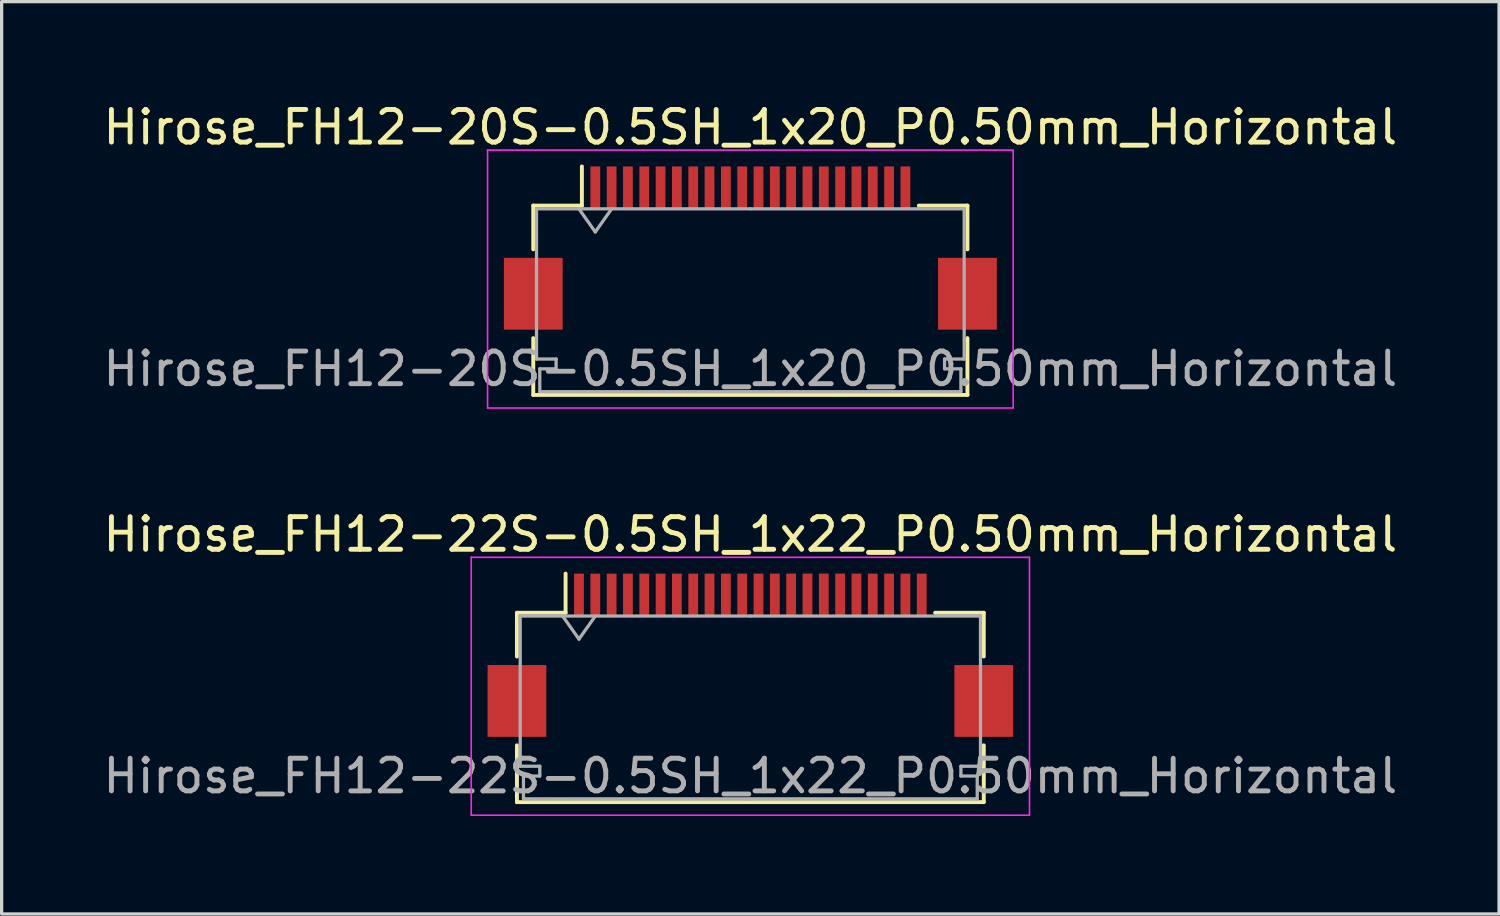
<source format=kicad_pcb>
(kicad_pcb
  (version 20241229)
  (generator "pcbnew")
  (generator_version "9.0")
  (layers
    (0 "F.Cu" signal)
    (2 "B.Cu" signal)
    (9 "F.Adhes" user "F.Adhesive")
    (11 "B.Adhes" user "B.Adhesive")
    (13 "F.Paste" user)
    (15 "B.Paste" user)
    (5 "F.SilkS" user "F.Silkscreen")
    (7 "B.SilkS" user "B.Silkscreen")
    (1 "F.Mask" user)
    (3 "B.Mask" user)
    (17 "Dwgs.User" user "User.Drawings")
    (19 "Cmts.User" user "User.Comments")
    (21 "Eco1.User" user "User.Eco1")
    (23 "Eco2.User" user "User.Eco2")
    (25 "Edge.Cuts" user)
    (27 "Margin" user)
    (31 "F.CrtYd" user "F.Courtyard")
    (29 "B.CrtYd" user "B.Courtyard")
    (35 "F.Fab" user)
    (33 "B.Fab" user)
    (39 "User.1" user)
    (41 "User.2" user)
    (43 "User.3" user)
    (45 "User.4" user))
  (footprint "Hirose_FH12-20S-0.5SH_1x20_P0.50mm_Horizontal"
    (layer "F.Cu")
    (at 19.935 4.548)
    (property "Reference" "Hirose_FH12-20S-0.5SH_1x20_P0.50mm_Horizontal" (at 0 -3.7 0) (layer "F.SilkS") (effects (font (size 1 1) (thickness 0.15))))
    (attr smd)
    (fp_line (start -6.65 -1.3) (end -6.65 0.04) (stroke (width 0.12) (type solid)) (layer "F.SilkS"))
    (fp_line (start -6.65 2.76) (end -6.65 4.5) (stroke (width 0.12) (type solid)) (layer "F.SilkS"))
    (fp_line (start -6.65 4.5) (end 6.65 4.5) (stroke (width 0.12) (type solid)) (layer "F.SilkS"))
    (fp_line (start -5.16 -1.3) (end -6.65 -1.3) (stroke (width 0.12) (type solid)) (layer "F.SilkS"))
    (fp_line (start -5.16 -1.3) (end -5.16 -2.5) (stroke (width 0.12) (type solid)) (layer "F.SilkS"))
    (fp_line (start 5.16 -1.3) (end 6.65 -1.3) (stroke (width 0.12) (type solid)) (layer "F.SilkS"))
    (fp_line (start 6.65 -1.3) (end 6.65 0.04) (stroke (width 0.12) (type solid)) (layer "F.SilkS"))
    (fp_line (start 6.65 4.5) (end 6.65 2.76) (stroke (width 0.12) (type solid)) (layer "F.SilkS"))
    (fp_line (start -8.05 -3) (end -8.05 4.9) (stroke (width 0.05) (type solid)) (layer "F.CrtYd"))
    (fp_line (start -8.05 4.9) (end 8.05 4.9) (stroke (width 0.05) (type solid)) (layer "F.CrtYd"))
    (fp_line (start 8.05 -3) (end -8.05 -3) (stroke (width 0.05) (type solid)) (layer "F.CrtYd"))
    (fp_line (start 8.05 4.9) (end 8.05 -3) (stroke (width 0.05) (type solid)) (layer "F.CrtYd"))
    (fp_line (start -6.55 -1.2) (end -6.55 3.4) (stroke (width 0.1) (type solid)) (layer "F.Fab"))
    (fp_line (start -6.55 3.4) (end -5.95 3.4) (stroke (width 0.1) (type solid)) (layer "F.Fab"))
    (fp_line (start -6.45 3.7) (end -6.45 4.4) (stroke (width 0.1) (type solid)) (layer "F.Fab"))
    (fp_line (start -6.45 4.4) (end 0 4.4) (stroke (width 0.1) (type solid)) (layer "F.Fab"))
    (fp_line (start -5.95 3.4) (end -5.95 3.7) (stroke (width 0.1) (type solid)) (layer "F.Fab"))
    (fp_line (start -5.95 3.7) (end -6.45 3.7) (stroke (width 0.1) (type solid)) (layer "F.Fab"))
    (fp_line (start -5.25 -1.2) (end -4.75 -0.493) (stroke (width 0.1) (type solid)) (layer "F.Fab"))
    (fp_line (start -4.75 -0.493) (end -4.25 -1.2) (stroke (width 0.1) (type solid)) (layer "F.Fab"))
    (fp_line (start 0 -1.2) (end -6.55 -1.2) (stroke (width 0.1) (type solid)) (layer "F.Fab"))
    (fp_line (start 0 -1.2) (end 6.55 -1.2) (stroke (width 0.1) (type solid)) (layer "F.Fab"))
    (fp_line (start 5.95 3.4) (end 5.95 3.7) (stroke (width 0.1) (type solid)) (layer "F.Fab"))
    (fp_line (start 5.95 3.7) (end 6.45 3.7) (stroke (width 0.1) (type solid)) (layer "F.Fab"))
    (fp_line (start 6.45 3.7) (end 6.45 4.4) (stroke (width 0.1) (type solid)) (layer "F.Fab"))
    (fp_line (start 6.45 4.4) (end 0 4.4) (stroke (width 0.1) (type solid)) (layer "F.Fab"))
    (fp_line (start 6.55 -1.2) (end 6.55 3.4) (stroke (width 0.1) (type solid)) (layer "F.Fab"))
    (fp_line (start 6.55 3.4) (end 5.95 3.4) (stroke (width 0.1) (type solid)) (layer "F.Fab"))
    (fp_text user "${REFERENCE}" (at 0 3.7 0) (layer "F.Fab") (effects (font (size 1 1) (thickness 0.15))))
    (pad "" smd rect (at -6.65 1.4) (size 1.8 2.2) (layers "F.Cu" "F.Mask" "F.Paste"))
    (pad "" smd rect (at 6.65 1.4) (size 1.8 2.2) (layers "F.Cu" "F.Mask" "F.Paste"))
    (pad "1" smd rect (at -4.75 -1.85) (size 0.3 1.3) (layers "F.Cu" "F.Mask" "F.Paste"))
    (pad "2" smd rect (at -4.25 -1.85) (size 0.3 1.3) (layers "F.Cu" "F.Mask" "F.Paste"))
    (pad "3" smd rect (at -3.75 -1.85) (size 0.3 1.3) (layers "F.Cu" "F.Mask" "F.Paste"))
    (pad "4" smd rect (at -3.25 -1.85) (size 0.3 1.3) (layers "F.Cu" "F.Mask" "F.Paste"))
    (pad "5" smd rect (at -2.75 -1.85) (size 0.3 1.3) (layers "F.Cu" "F.Mask" "F.Paste"))
    (pad "6" smd rect (at -2.25 -1.85) (size 0.3 1.3) (layers "F.Cu" "F.Mask" "F.Paste"))
    (pad "7" smd rect (at -1.75 -1.85) (size 0.3 1.3) (layers "F.Cu" "F.Mask" "F.Paste"))
    (pad "8" smd rect (at -1.25 -1.85) (size 0.3 1.3) (layers "F.Cu" "F.Mask" "F.Paste"))
    (pad "9" smd rect (at -0.75 -1.85) (size 0.3 1.3) (layers "F.Cu" "F.Mask" "F.Paste"))
    (pad "10" smd rect (at -0.25 -1.85) (size 0.3 1.3) (layers "F.Cu" "F.Mask" "F.Paste"))
    (pad "11" smd rect (at 0.25 -1.85) (size 0.3 1.3) (layers "F.Cu" "F.Mask" "F.Paste"))
    (pad "12" smd rect (at 0.75 -1.85) (size 0.3 1.3) (layers "F.Cu" "F.Mask" "F.Paste"))
    (pad "13" smd rect (at 1.25 -1.85) (size 0.3 1.3) (layers "F.Cu" "F.Mask" "F.Paste"))
    (pad "14" smd rect (at 1.75 -1.85) (size 0.3 1.3) (layers "F.Cu" "F.Mask" "F.Paste"))
    (pad "15" smd rect (at 2.25 -1.85) (size 0.3 1.3) (layers "F.Cu" "F.Mask" "F.Paste"))
    (pad "16" smd rect (at 2.75 -1.85) (size 0.3 1.3) (layers "F.Cu" "F.Mask" "F.Paste"))
    (pad "17" smd rect (at 3.25 -1.85) (size 0.3 1.3) (layers "F.Cu" "F.Mask" "F.Paste"))
    (pad "18" smd rect (at 3.75 -1.85) (size 0.3 1.3) (layers "F.Cu" "F.Mask" "F.Paste"))
    (pad "19" smd rect (at 4.25 -1.85) (size 0.3 1.3) (layers "F.Cu" "F.Mask" "F.Paste"))
    (pad "20" smd rect (at 4.75 -1.85) (size 0.3 1.3) (layers "F.Cu" "F.Mask" "F.Paste")))
  (footprint "Hirose_FH12-22S-0.5SH_1x22_P0.50mm_Horizontal"
    (layer "F.Cu")
    (at 19.935 17.021)
    (property "Reference" "Hirose_FH12-22S-0.5SH_1x22_P0.50mm_Horizontal" (at 0 -3.7 0) (layer "F.SilkS") (effects (font (size 1 1) (thickness 0.15))))
    (attr smd)
    (fp_line (start -7.15 -1.3) (end -7.15 0.04) (stroke (width 0.12) (type solid)) (layer "F.SilkS"))
    (fp_line (start -7.15 2.76) (end -7.15 4.5) (stroke (width 0.12) (type solid)) (layer "F.SilkS"))
    (fp_line (start -7.15 4.5) (end 7.15 4.5) (stroke (width 0.12) (type solid)) (layer "F.SilkS"))
    (fp_line (start -5.66 -1.3) (end -7.15 -1.3) (stroke (width 0.12) (type solid)) (layer "F.SilkS"))
    (fp_line (start -5.66 -1.3) (end -5.66 -2.5) (stroke (width 0.12) (type solid)) (layer "F.SilkS"))
    (fp_line (start 5.66 -1.3) (end 7.15 -1.3) (stroke (width 0.12) (type solid)) (layer "F.SilkS"))
    (fp_line (start 7.15 -1.3) (end 7.15 0.04) (stroke (width 0.12) (type solid)) (layer "F.SilkS"))
    (fp_line (start 7.15 4.5) (end 7.15 2.76) (stroke (width 0.12) (type solid)) (layer "F.SilkS"))
    (fp_line (start -8.55 -3) (end -8.55 4.9) (stroke (width 0.05) (type solid)) (layer "F.CrtYd"))
    (fp_line (start -8.55 4.9) (end 8.55 4.9) (stroke (width 0.05) (type solid)) (layer "F.CrtYd"))
    (fp_line (start 8.55 -3) (end -8.55 -3) (stroke (width 0.05) (type solid)) (layer "F.CrtYd"))
    (fp_line (start 8.55 4.9) (end 8.55 -3) (stroke (width 0.05) (type solid)) (layer "F.CrtYd"))
    (fp_line (start -7.05 -1.2) (end -7.05 3.4) (stroke (width 0.1) (type solid)) (layer "F.Fab"))
    (fp_line (start -7.05 3.4) (end -6.45 3.4) (stroke (width 0.1) (type solid)) (layer "F.Fab"))
    (fp_line (start -6.95 3.7) (end -6.95 4.4) (stroke (width 0.1) (type solid)) (layer "F.Fab"))
    (fp_line (start -6.95 4.4) (end 0 4.4) (stroke (width 0.1) (type solid)) (layer "F.Fab"))
    (fp_line (start -6.45 3.4) (end -6.45 3.7) (stroke (width 0.1) (type solid)) (layer "F.Fab"))
    (fp_line (start -6.45 3.7) (end -6.95 3.7) (stroke (width 0.1) (type solid)) (layer "F.Fab"))
    (fp_line (start -5.75 -1.2) (end -5.25 -0.493) (stroke (width 0.1) (type solid)) (layer "F.Fab"))
    (fp_line (start -5.25 -0.493) (end -4.75 -1.2) (stroke (width 0.1) (type solid)) (layer "F.Fab"))
    (fp_line (start 0 -1.2) (end -7.05 -1.2) (stroke (width 0.1) (type solid)) (layer "F.Fab"))
    (fp_line (start 0 -1.2) (end 7.05 -1.2) (stroke (width 0.1) (type solid)) (layer "F.Fab"))
    (fp_line (start 6.45 3.4) (end 6.45 3.7) (stroke (width 0.1) (type solid)) (layer "F.Fab"))
    (fp_line (start 6.45 3.7) (end 6.95 3.7) (stroke (width 0.1) (type solid)) (layer "F.Fab"))
    (fp_line (start 6.95 3.7) (end 6.95 4.4) (stroke (width 0.1) (type solid)) (layer "F.Fab"))
    (fp_line (start 6.95 4.4) (end 0 4.4) (stroke (width 0.1) (type solid)) (layer "F.Fab"))
    (fp_line (start 7.05 -1.2) (end 7.05 3.4) (stroke (width 0.1) (type solid)) (layer "F.Fab"))
    (fp_line (start 7.05 3.4) (end 6.45 3.4) (stroke (width 0.1) (type solid)) (layer "F.Fab"))
    (fp_text user "${REFERENCE}" (at 0 3.7 0) (layer "F.Fab") (effects (font (size 1 1) (thickness 0.15))))
    (pad "" smd rect (at -7.15 1.4) (size 1.8 2.2) (layers "F.Cu" "F.Mask" "F.Paste"))
    (pad "" smd rect (at 7.15 1.4) (size 1.8 2.2) (layers "F.Cu" "F.Mask" "F.Paste"))
    (pad "1" smd rect (at -5.25 -1.85) (size 0.3 1.3) (layers "F.Cu" "F.Mask" "F.Paste"))
    (pad "2" smd rect (at -4.75 -1.85) (size 0.3 1.3) (layers "F.Cu" "F.Mask" "F.Paste"))
    (pad "3" smd rect (at -4.25 -1.85) (size 0.3 1.3) (layers "F.Cu" "F.Mask" "F.Paste"))
    (pad "4" smd rect (at -3.75 -1.85) (size 0.3 1.3) (layers "F.Cu" "F.Mask" "F.Paste"))
    (pad "5" smd rect (at -3.25 -1.85) (size 0.3 1.3) (layers "F.Cu" "F.Mask" "F.Paste"))
    (pad "6" smd rect (at -2.75 -1.85) (size 0.3 1.3) (layers "F.Cu" "F.Mask" "F.Paste"))
    (pad "7" smd rect (at -2.25 -1.85) (size 0.3 1.3) (layers "F.Cu" "F.Mask" "F.Paste"))
    (pad "8" smd rect (at -1.75 -1.85) (size 0.3 1.3) (layers "F.Cu" "F.Mask" "F.Paste"))
    (pad "9" smd rect (at -1.25 -1.85) (size 0.3 1.3) (layers "F.Cu" "F.Mask" "F.Paste"))
    (pad "10" smd rect (at -0.75 -1.85) (size 0.3 1.3) (layers "F.Cu" "F.Mask" "F.Paste"))
    (pad "11" smd rect (at -0.25 -1.85) (size 0.3 1.3) (layers "F.Cu" "F.Mask" "F.Paste"))
    (pad "12" smd rect (at 0.25 -1.85) (size 0.3 1.3) (layers "F.Cu" "F.Mask" "F.Paste"))
    (pad "13" smd rect (at 0.75 -1.85) (size 0.3 1.3) (layers "F.Cu" "F.Mask" "F.Paste"))
    (pad "14" smd rect (at 1.25 -1.85) (size 0.3 1.3) (layers "F.Cu" "F.Mask" "F.Paste"))
    (pad "15" smd rect (at 1.75 -1.85) (size 0.3 1.3) (layers "F.Cu" "F.Mask" "F.Paste"))
    (pad "16" smd rect (at 2.25 -1.85) (size 0.3 1.3) (layers "F.Cu" "F.Mask" "F.Paste"))
    (pad "17" smd rect (at 2.75 -1.85) (size 0.3 1.3) (layers "F.Cu" "F.Mask" "F.Paste"))
    (pad "18" smd rect (at 3.25 -1.85) (size 0.3 1.3) (layers "F.Cu" "F.Mask" "F.Paste"))
    (pad "19" smd rect (at 3.75 -1.85) (size 0.3 1.3) (layers "F.Cu" "F.Mask" "F.Paste"))
    (pad "20" smd rect (at 4.25 -1.85) (size 0.3 1.3) (layers "F.Cu" "F.Mask" "F.Paste"))
    (pad "21" smd rect (at 4.75 -1.85) (size 0.3 1.3) (layers "F.Cu" "F.Mask" "F.Paste"))
    (pad "22" smd rect (at 5.25 -1.85) (size 0.3 1.3) (layers "F.Cu" "F.Mask" "F.Paste")))
  (gr_rect
    (start -3 -3)
    (end 42.869 24.947)
    (stroke (width 0.1) (type default))
    (fill no)
    (layer "Edge.Cuts")))
</source>
